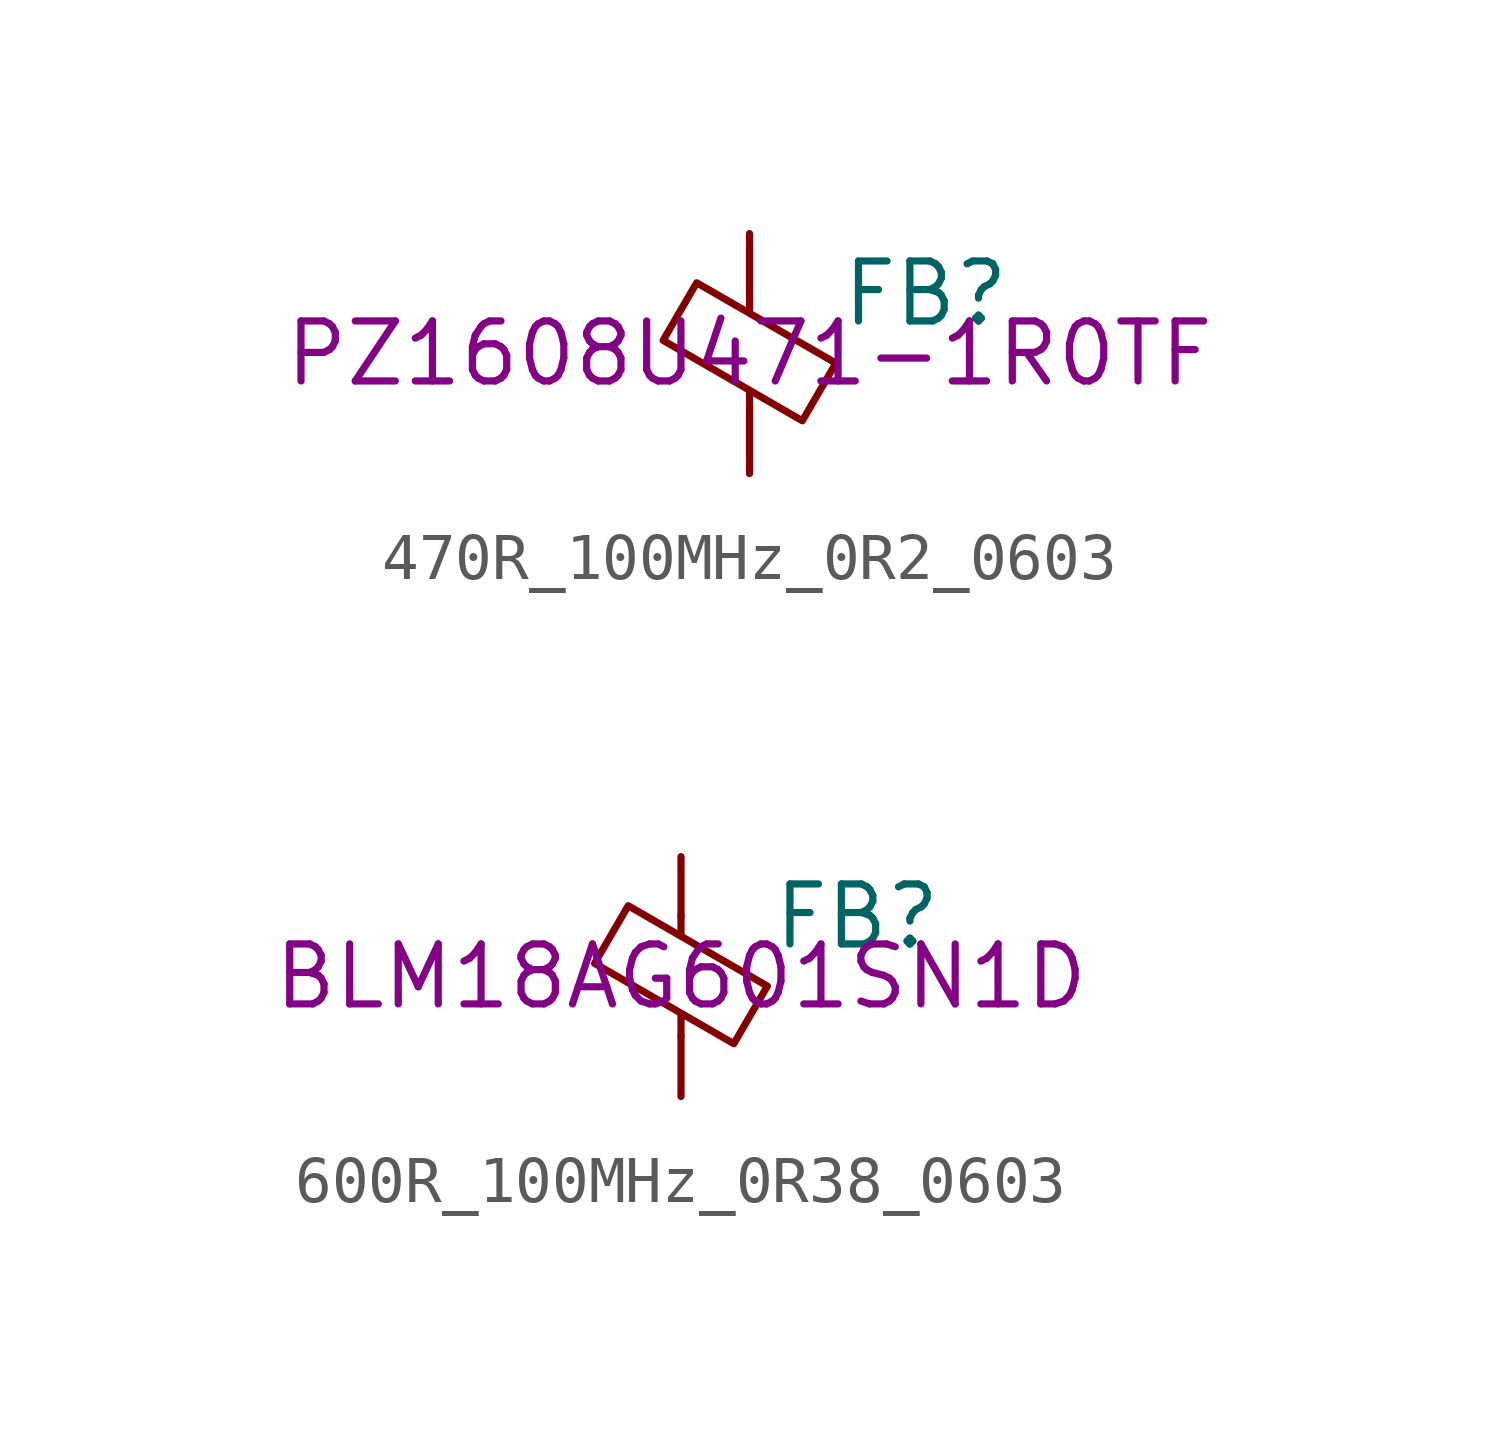
<source format=kicad_sym>
(kicad_symbol_lib
  (version 20220914)
  (generator kicad_symbol_editor)
  (symbol "470R_100MHz_0R2_0603"
    (pin_numbers hide)
    (pin_names
      (offset 0))
    (property "Reference" "FB"
      (at 1.905 1.27 0)
      (effects (font (size 1.27 1.27)) (justify left)))
    (property "Manufacturer Part Number" "PZ1608U471-1R0TF"
      (at 0 0 0)
      (effects (font (size 1.27 1.27))))
    (symbol "470R_100MHz_0R2_0603_0_1"
      (polyline (pts (xy 0 -1.27) (xy 0 -0.787)) (stroke (width 0) (type default)) (fill (type none)))
      (polyline (pts (xy 0 0.889) (xy 0 1.295)) (stroke (width 0) (type default)) (fill (type none)))
      (polyline (pts (xy -1.829 0.279) (xy -1.118 1.499) (xy 1.829 -0.203) (xy 1.118 -1.422) (xy -1.829 0.279)) (stroke (width 0) (type default)) (fill (type none))))
    (symbol "470R_100MHz_0R2_0603_1_1"
      (pin passive line (at 0 2.54 270) (length 1.27) (name "~" (effects (font (size 1.27 1.27)))) (number "1" (effects (font (size 1.27 1.27)))))
      (pin passive line (at 0 -2.54 90) (length 1.27) (name "~" (effects (font (size 1.27 1.27)))) (number "2" (effects (font (size 1.27 1.27)))))))
  (symbol "600R_100MHz_0R38_0603"
    (pin_numbers hide)
    (pin_names
      (offset 0))
    (property "Reference" "FB"
      (at 1.905 1.27 0)
      (effects (font (size 1.27 1.27)) (justify left)))
    (property "Manufacturer Part Number" "BLM18AG601SN1D"
      (at 0 0 0)
      (effects (font (size 1.27 1.27))))
    (symbol "600R_100MHz_0R38_0603_0_1"
      (polyline (pts (xy 0 -1.27) (xy 0 -0.787)) (stroke (width 0) (type default)) (fill (type none)))
      (polyline (pts (xy 0 0.889) (xy 0 1.295)) (stroke (width 0) (type default)) (fill (type none)))
      (polyline (pts (xy -1.829 0.279) (xy -1.118 1.499) (xy 1.829 -0.203) (xy 1.118 -1.422) (xy -1.829 0.279)) (stroke (width 0) (type default)) (fill (type none))))
    (symbol "600R_100MHz_0R38_0603_1_1"
      (pin passive line (at 0 2.54 270) (length 1.27) (name "~" (effects (font (size 1.27 1.27)))) (number "1" (effects (font (size 1.27 1.27)))))
      (pin passive line (at 0 -2.54 90) (length 1.27) (name "~" (effects (font (size 1.27 1.27)))) (number "2" (effects (font (size 1.27 1.27))))))))
</source>
